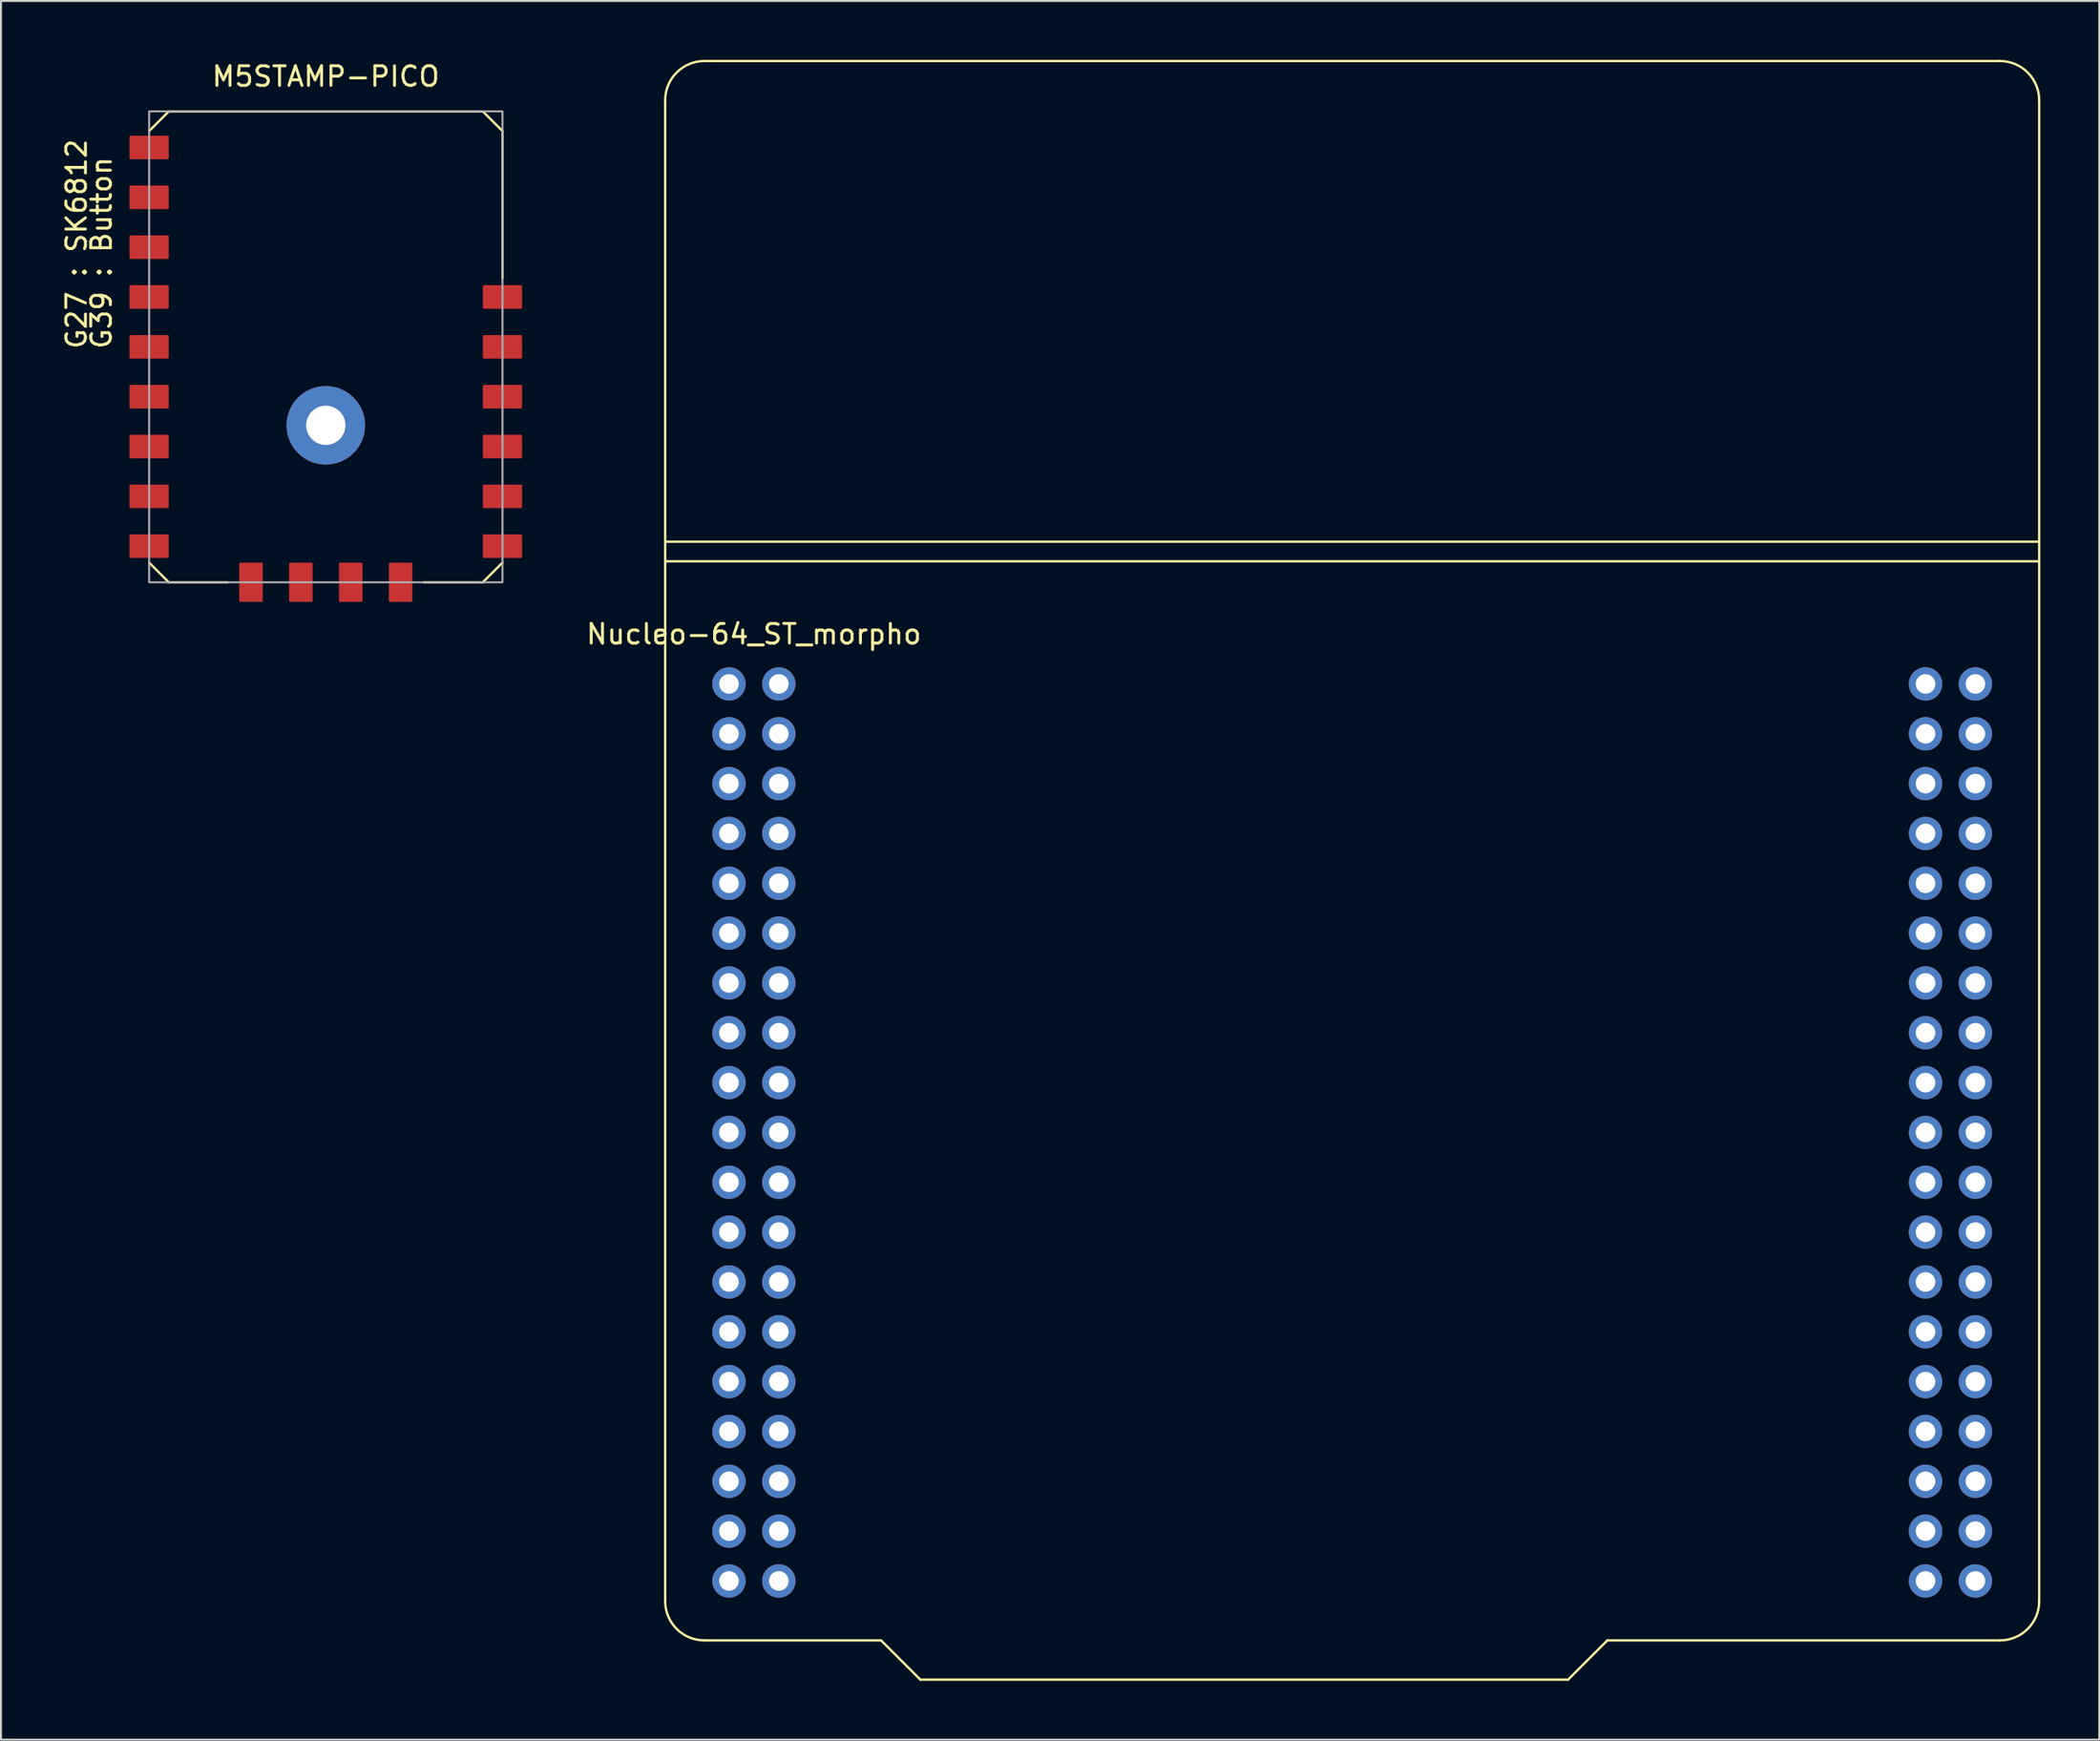
<source format=kicad_pcb>
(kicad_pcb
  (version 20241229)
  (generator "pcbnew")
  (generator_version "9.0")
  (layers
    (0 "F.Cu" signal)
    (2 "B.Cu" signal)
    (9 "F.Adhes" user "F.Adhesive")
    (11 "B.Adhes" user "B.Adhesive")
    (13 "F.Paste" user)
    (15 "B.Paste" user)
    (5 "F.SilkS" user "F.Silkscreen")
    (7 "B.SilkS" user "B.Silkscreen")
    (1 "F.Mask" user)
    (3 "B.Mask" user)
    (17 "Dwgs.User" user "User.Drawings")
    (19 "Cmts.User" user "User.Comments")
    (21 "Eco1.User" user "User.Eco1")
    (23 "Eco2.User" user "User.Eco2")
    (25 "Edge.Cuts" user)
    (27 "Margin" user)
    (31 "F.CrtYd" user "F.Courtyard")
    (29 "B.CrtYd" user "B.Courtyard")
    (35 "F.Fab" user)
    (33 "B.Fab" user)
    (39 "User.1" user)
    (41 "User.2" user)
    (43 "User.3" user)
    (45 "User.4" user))
  (footprint "Nucleo-64_ST_morpho"
    (layer "F.Cu")
    (at 34.087 31.81)
    (property "Reference" "Nucleo-64_ST_morpho" (at 1.27 -2.54 0) (layer "F.SilkS") (effects (font (size 1 1) (thickness 0.15))))
    (attr through_hole)
    (fp_line (start -3.25 -29.75) (end -3.25 46.75) (stroke (width 0.12) (type solid)) (layer "F.SilkS"))
    (fp_line (start -3.25 -6.25) (end 66.75 -6.25) (stroke (width 0.12) (type solid)) (layer "F.SilkS"))
    (fp_line (start -1.25 -31.75) (end 64.75 -31.75) (stroke (width 0.12) (type solid)) (layer "F.SilkS"))
    (fp_line (start 7.75 48.75) (end -1.25 48.75) (stroke (width 0.12) (type solid)) (layer "F.SilkS"))
    (fp_line (start 7.75 48.75) (end 9.75 50.75) (stroke (width 0.12) (type solid)) (layer "F.SilkS"))
    (fp_line (start 9.75 50.75) (end 42.75 50.75) (stroke (width 0.12) (type solid)) (layer "F.SilkS"))
    (fp_line (start 42.75 50.75) (end 44.75 48.75) (stroke (width 0.12) (type solid)) (layer "F.SilkS"))
    (fp_line (start 44.75 48.75) (end 64.75 48.75) (stroke (width 0.12) (type solid)) (layer "F.SilkS"))
    (fp_line (start 66.75 -29.75) (end 66.75 46.75) (stroke (width 0.12) (type solid)) (layer "F.SilkS"))
    (fp_line (start 66.75 -7.25) (end -3.25 -7.25) (stroke (width 0.12) (type solid)) (layer "F.SilkS"))
    (fp_arc (start -3.25 -29.75) (mid -2.664214 -31.164214) (end -1.25 -31.75) (stroke (width 0.12) (type solid)) (layer "F.SilkS"))
    (fp_arc (start -1.25 48.75) (mid -2.664214 48.164214) (end -3.25 46.75) (stroke (width 0.12) (type solid)) (layer "F.SilkS"))
    (fp_arc (start 64.75 -31.75) (mid 66.164214 -31.164214) (end 66.75 -29.75) (stroke (width 0.12) (type solid)) (layer "F.SilkS"))
    (fp_arc (start 66.75 46.75) (mid 66.164214 48.164214) (end 64.75 48.75) (stroke (width 0.12) (type solid)) (layer "F.SilkS"))
    (pad "1" thru_hole circle (at 0 0) (size 1.7 1.7) (drill 1) (layers "*.Cu" "*.Mask"))
    (pad "2" thru_hole circle (at 2.54 0) (size 1.7 1.7) (drill 1) (layers "*.Cu" "*.Mask"))
    (pad "3" thru_hole circle (at 0 2.54) (size 1.7 1.7) (drill 1) (layers "*.Cu" "*.Mask"))
    (pad "4" thru_hole circle (at 2.54 2.54) (size 1.7 1.7) (drill 1) (layers "*.Cu" "*.Mask"))
    (pad "5" thru_hole circle (at 0 5.08) (size 1.7 1.7) (drill 1) (layers "*.Cu" "*.Mask"))
    (pad "6" thru_hole circle (at 2.54 5.08) (size 1.7 1.7) (drill 1) (layers "*.Cu" "*.Mask"))
    (pad "7" thru_hole circle (at 0 7.62) (size 1.7 1.7) (drill 1) (layers "*.Cu" "*.Mask"))
    (pad "8" thru_hole circle (at 2.54 7.62) (size 1.7 1.7) (drill 1) (layers "*.Cu" "*.Mask"))
    (pad "9" thru_hole circle (at 0 10.16) (size 1.7 1.7) (drill 1) (layers "*.Cu" "*.Mask"))
    (pad "10" thru_hole circle (at 2.54 10.16) (size 1.7 1.7) (drill 1) (layers "*.Cu" "*.Mask"))
    (pad "11" thru_hole circle (at 0 12.7) (size 1.7 1.7) (drill 1) (layers "*.Cu" "*.Mask"))
    (pad "12" thru_hole circle (at 2.54 12.7) (size 1.7 1.7) (drill 1) (layers "*.Cu" "*.Mask"))
    (pad "13" thru_hole circle (at 0 15.24) (size 1.7 1.7) (drill 1) (layers "*.Cu" "*.Mask"))
    (pad "14" thru_hole circle (at 2.54 15.24) (size 1.7 1.7) (drill 1) (layers "*.Cu" "*.Mask"))
    (pad "15" thru_hole circle (at 0 17.78) (size 1.7 1.7) (drill 1) (layers "*.Cu" "*.Mask"))
    (pad "16" thru_hole circle (at 2.54 17.78) (size 1.7 1.7) (drill 1) (layers "*.Cu" "*.Mask"))
    (pad "17" thru_hole circle (at 0 20.32) (size 1.7 1.7) (drill 1) (layers "*.Cu" "*.Mask"))
    (pad "18" thru_hole circle (at 2.54 20.32) (size 1.7 1.7) (drill 1) (layers "*.Cu" "*.Mask"))
    (pad "19" thru_hole circle (at 0 22.86) (size 1.7 1.7) (drill 1) (layers "*.Cu" "*.Mask"))
    (pad "20" thru_hole circle (at 2.54 22.86) (size 1.7 1.7) (drill 1) (layers "*.Cu" "*.Mask"))
    (pad "21" thru_hole circle (at 0 25.4) (size 1.7 1.7) (drill 1) (layers "*.Cu" "*.Mask"))
    (pad "22" thru_hole circle (at 2.54 25.4) (size 1.7 1.7) (drill 1) (layers "*.Cu" "*.Mask"))
    (pad "23" thru_hole circle (at 0 27.94) (size 1.7 1.7) (drill 1) (layers "*.Cu" "*.Mask"))
    (pad "24" thru_hole circle (at 2.54 27.94) (size 1.7 1.7) (drill 1) (layers "*.Cu" "*.Mask"))
    (pad "25" thru_hole circle (at 0 30.48) (size 1.7 1.7) (drill 1) (layers "*.Cu" "*.Mask"))
    (pad "26" thru_hole circle (at 2.54 30.48) (size 1.7 1.7) (drill 1) (layers "*.Cu" "*.Mask"))
    (pad "27" thru_hole circle (at 0 33.02) (size 1.7 1.7) (drill 1) (layers "*.Cu" "*.Mask"))
    (pad "28" thru_hole circle (at 2.54 33.02) (size 1.7 1.7) (drill 1) (layers "*.Cu" "*.Mask"))
    (pad "29" thru_hole circle (at 0 35.56) (size 1.7 1.7) (drill 1) (layers "*.Cu" "*.Mask"))
    (pad "30" thru_hole circle (at 2.54 35.56) (size 1.7 1.7) (drill 1) (layers "*.Cu" "*.Mask"))
    (pad "31" thru_hole circle (at 0 38.1) (size 1.7 1.7) (drill 1) (layers "*.Cu" "*.Mask"))
    (pad "32" thru_hole circle (at 2.54 38.1) (size 1.7 1.7) (drill 1) (layers "*.Cu" "*.Mask"))
    (pad "33" thru_hole circle (at 0 40.64) (size 1.7 1.7) (drill 1) (layers "*.Cu" "*.Mask"))
    (pad "34" thru_hole circle (at 2.54 40.64) (size 1.7 1.7) (drill 1) (layers "*.Cu" "*.Mask"))
    (pad "35" thru_hole circle (at 0 43.18) (size 1.7 1.7) (drill 1) (layers "*.Cu" "*.Mask"))
    (pad "36" thru_hole circle (at 2.54 43.18) (size 1.7 1.7) (drill 1) (layers "*.Cu" "*.Mask"))
    (pad "37" thru_hole circle (at 0 45.72) (size 1.7 1.7) (drill 1) (layers "*.Cu" "*.Mask"))
    (pad "38" thru_hole circle (at 2.54 45.72) (size 1.7 1.7) (drill 1) (layers "*.Cu" "*.Mask"))
    (pad "39" thru_hole circle (at 60.96 0) (size 1.7 1.7) (drill 1) (layers "*.Cu" "*.Mask"))
    (pad "40" thru_hole circle (at 63.5 0) (size 1.7 1.7) (drill 1) (layers "*.Cu" "*.Mask"))
    (pad "41" thru_hole circle (at 60.96 2.54) (size 1.7 1.7) (drill 1) (layers "*.Cu" "*.Mask"))
    (pad "42" thru_hole circle (at 63.5 2.54) (size 1.7 1.7) (drill 1) (layers "*.Cu" "*.Mask"))
    (pad "43" thru_hole circle (at 60.96 5.08) (size 1.7 1.7) (drill 1) (layers "*.Cu" "*.Mask"))
    (pad "44" thru_hole circle (at 63.5 5.08) (size 1.7 1.7) (drill 1) (layers "*.Cu" "*.Mask"))
    (pad "45" thru_hole circle (at 60.96 7.62) (size 1.7 1.7) (drill 1) (layers "*.Cu" "*.Mask"))
    (pad "46" thru_hole circle (at 63.5 7.62) (size 1.7 1.7) (drill 1) (layers "*.Cu" "*.Mask"))
    (pad "47" thru_hole circle (at 60.96 10.16) (size 1.7 1.7) (drill 1) (layers "*.Cu" "*.Mask"))
    (pad "48" thru_hole circle (at 63.5 10.16) (size 1.7 1.7) (drill 1) (layers "*.Cu" "*.Mask"))
    (pad "49" thru_hole circle (at 60.96 12.7) (size 1.7 1.7) (drill 1) (layers "*.Cu" "*.Mask"))
    (pad "50" thru_hole circle (at 63.5 12.7) (size 1.7 1.7) (drill 1) (layers "*.Cu" "*.Mask"))
    (pad "51" thru_hole circle (at 60.96 15.24) (size 1.7 1.7) (drill 1) (layers "*.Cu" "*.Mask"))
    (pad "52" thru_hole circle (at 63.5 15.24) (size 1.7 1.7) (drill 1) (layers "*.Cu" "*.Mask"))
    (pad "53" thru_hole circle (at 60.96 17.78) (size 1.7 1.7) (drill 1) (layers "*.Cu" "*.Mask"))
    (pad "54" thru_hole circle (at 63.5 17.78) (size 1.7 1.7) (drill 1) (layers "*.Cu" "*.Mask"))
    (pad "55" thru_hole circle (at 60.96 20.32) (size 1.7 1.7) (drill 1) (layers "*.Cu" "*.Mask"))
    (pad "56" thru_hole circle (at 63.5 20.32) (size 1.7 1.7) (drill 1) (layers "*.Cu" "*.Mask"))
    (pad "57" thru_hole circle (at 60.96 22.86) (size 1.7 1.7) (drill 1) (layers "*.Cu" "*.Mask"))
    (pad "58" thru_hole circle (at 63.5 22.86) (size 1.7 1.7) (drill 1) (layers "*.Cu" "*.Mask"))
    (pad "59" thru_hole circle (at 60.96 25.4) (size 1.7 1.7) (drill 1) (layers "*.Cu" "*.Mask"))
    (pad "60" thru_hole circle (at 63.5 25.4) (size 1.7 1.7) (drill 1) (layers "*.Cu" "*.Mask"))
    (pad "61" thru_hole circle (at 60.96 27.94) (size 1.7 1.7) (drill 1) (layers "*.Cu" "*.Mask"))
    (pad "62" thru_hole circle (at 63.5 27.94) (size 1.7 1.7) (drill 1) (layers "*.Cu" "*.Mask"))
    (pad "63" thru_hole circle (at 60.96 30.48) (size 1.7 1.7) (drill 1) (layers "*.Cu" "*.Mask"))
    (pad "64" thru_hole circle (at 63.5 30.48) (size 1.7 1.7) (drill 1) (layers "*.Cu" "*.Mask"))
    (pad "65" thru_hole circle (at 60.96 33.02) (size 1.7 1.7) (drill 1) (layers "*.Cu" "*.Mask"))
    (pad "66" thru_hole circle (at 63.5 33.02) (size 1.7 1.7) (drill 1) (layers "*.Cu" "*.Mask"))
    (pad "67" thru_hole circle (at 60.96 35.56) (size 1.7 1.7) (drill 1) (layers "*.Cu" "*.Mask"))
    (pad "68" thru_hole circle (at 63.5 35.56) (size 1.7 1.7) (drill 1) (layers "*.Cu" "*.Mask"))
    (pad "69" thru_hole circle (at 60.96 38.1) (size 1.7 1.7) (drill 1) (layers "*.Cu" "*.Mask"))
    (pad "70" thru_hole circle (at 63.5 38.1) (size 1.7 1.7) (drill 1) (layers "*.Cu" "*.Mask"))
    (pad "71" thru_hole circle (at 60.96 40.64) (size 1.7 1.7) (drill 1) (layers "*.Cu" "*.Mask"))
    (pad "72" thru_hole circle (at 63.5 40.64) (size 1.7 1.7) (drill 1) (layers "*.Cu" "*.Mask"))
    (pad "73" thru_hole circle (at 60.96 43.18) (size 1.7 1.7) (drill 1) (layers "*.Cu" "*.Mask"))
    (pad "74" thru_hole circle (at 63.5 43.18) (size 1.7 1.7) (drill 1) (layers "*.Cu" "*.Mask"))
    (pad "75" thru_hole circle (at 60.96 45.72) (size 1.7 1.7) (drill 1) (layers "*.Cu" "*.Mask"))
    (pad "76" thru_hole circle (at 63.5 45.72) (size 1.7 1.7) (drill 1) (layers "*.Cu" "*.Mask")))
  (footprint "M5STAMP-PICO"
    (layer "F.Cu")
    (at 13.548 18.628)
    (property "Reference" "M5STAMP-PICO" (at 0 -17.78 0) (unlocked yes) (layer "F.SilkS") (effects (font (size 1 1) (thickness 0.15))))
    (attr smd)
    (fp_line (start -9 -15) (end -8 -16) (stroke (width 0.12) (type solid)) (layer "F.SilkS"))
    (fp_line (start -9 7) (end -8 8) (stroke (width 0.12) (type solid)) (layer "F.SilkS"))
    (fp_line (start -8 -16) (end 8 -16) (stroke (width 0.12) (type solid)) (layer "F.SilkS"))
    (fp_line (start -8 8) (end -5 8) (stroke (width 0.12) (type solid)) (layer "F.SilkS"))
    (fp_line (start 5 8) (end 8 8) (stroke (width 0.12) (type solid)) (layer "F.SilkS"))
    (fp_line (start 8 -16) (end 9 -15) (stroke (width 0.12) (type solid)) (layer "F.SilkS"))
    (fp_line (start 8 8) (end 9 7) (stroke (width 0.12) (type solid)) (layer "F.SilkS"))
    (fp_line (start 9 -15) (end 9 -7.5) (stroke (width 0.12) (type solid)) (layer "F.SilkS"))
    (fp_rect (start -9 -16) (end 9 8) (stroke (width 0.1) (type solid)) (fill no) (layer "F.Fab"))
    (fp_text user "G27 : SK6812" (at -12.7 -3.81 90) (unlocked yes) (layer "F.SilkS") (effects (font (size 1 1) (thickness 0.15)) (justify left)))
    (fp_text user "G39 : Button" (at -11.43 -3.81 90) (unlocked yes) (layer "F.SilkS") (effects (font (size 1 1) (thickness 0.15)) (justify left)))
    (pad "" thru_hole circle (at 0 0) (size 4 4) (drill 2) (layers "*.Cu" "*.Mask"))
    (pad "1" smd roundrect (at -9 -14.16) (size 2 1.2) (layers "F.Cu" "F.Mask" "F.Paste") (roundrect_rratio 0.05))
    (pad "2" smd roundrect (at -9 -11.62) (size 2 1.2) (layers "F.Cu" "F.Mask" "F.Paste") (roundrect_rratio 0.05))
    (pad "3" smd roundrect (at -9 -9.08) (size 2 1.2) (layers "F.Cu" "F.Mask" "F.Paste") (roundrect_rratio 0.05))
    (pad "4" smd roundrect (at -9 -6.54) (size 2 1.2) (layers "F.Cu" "F.Mask" "F.Paste") (roundrect_rratio 0.05))
    (pad "5" smd roundrect (at -9 -4) (size 2 1.2) (layers "F.Cu" "F.Mask" "F.Paste") (roundrect_rratio 0.05))
    (pad "6" smd roundrect (at -9 -1.46) (size 2 1.2) (layers "F.Cu" "F.Mask" "F.Paste") (roundrect_rratio 0.05))
    (pad "7" smd roundrect (at -9 1.08) (size 2 1.2) (layers "F.Cu" "F.Mask" "F.Paste") (roundrect_rratio 0.05))
    (pad "8" smd roundrect (at -9 3.62) (size 2 1.2) (layers "F.Cu" "F.Mask" "F.Paste") (roundrect_rratio 0.05))
    (pad "9" smd roundrect (at -9 6.16) (size 2 1.2) (layers "F.Cu" "F.Mask" "F.Paste") (roundrect_rratio 0.05))
    (pad "10" smd roundrect (at -3.81 8 90) (size 2 1.2) (layers "F.Cu" "F.Mask" "F.Paste") (roundrect_rratio 0.05))
    (pad "11" smd roundrect (at -1.27 8 90) (size 2 1.2) (layers "F.Cu" "F.Mask" "F.Paste") (roundrect_rratio 0.05))
    (pad "12" smd roundrect (at 1.27 8 90) (size 2 1.2) (layers "F.Cu" "F.Mask" "F.Paste") (roundrect_rratio 0.05))
    (pad "13" smd roundrect (at 3.81 8 90) (size 2 1.2) (layers "F.Cu" "F.Mask" "F.Paste") (roundrect_rratio 0.05))
    (pad "14" smd roundrect (at 9 6.16) (size 2 1.2) (layers "F.Cu" "F.Mask" "F.Paste") (roundrect_rratio 0.05))
    (pad "15" smd roundrect (at 9 3.62) (size 2 1.2) (layers "F.Cu" "F.Mask" "F.Paste") (roundrect_rratio 0.05))
    (pad "16" smd roundrect (at 9 1.08) (size 2 1.2) (layers "F.Cu" "F.Mask" "F.Paste") (roundrect_rratio 0.05))
    (pad "17" smd roundrect (at 9 -1.46) (size 2 1.2) (layers "F.Cu" "F.Mask" "F.Paste") (roundrect_rratio 0.05))
    (pad "18" smd roundrect (at 9 -4) (size 2 1.2) (layers "F.Cu" "F.Mask" "F.Paste") (roundrect_rratio 0.05))
    (pad "19" smd roundrect (at 9 -6.54) (size 2 1.2) (layers "F.Cu" "F.Mask" "F.Paste") (roundrect_rratio 0.05))
    (zone (net_name "") (layers "F.Cu" "B.Cu") (hatch full 0.508) (connect_pads) (min_thickness 0.254) (filled_areas_thickness no) (keepout (tracks not_allowed) (vias not_allowed) (pads not_allowed) (copperpour not_allowed) (footprints not_allowed)) (placement (enabled no)) (fill) (polygon (pts (xy 23.708 11.008) (xy 5.928 11.008) (xy 5.928 0.848) (xy 23.708 0.848)))))
  (gr_rect
    (start -3 -3)
    (end 103.897 85.62)
    (stroke (width 0.1) (type default))
    (fill no)
    (layer "Edge.Cuts")))
</source>
